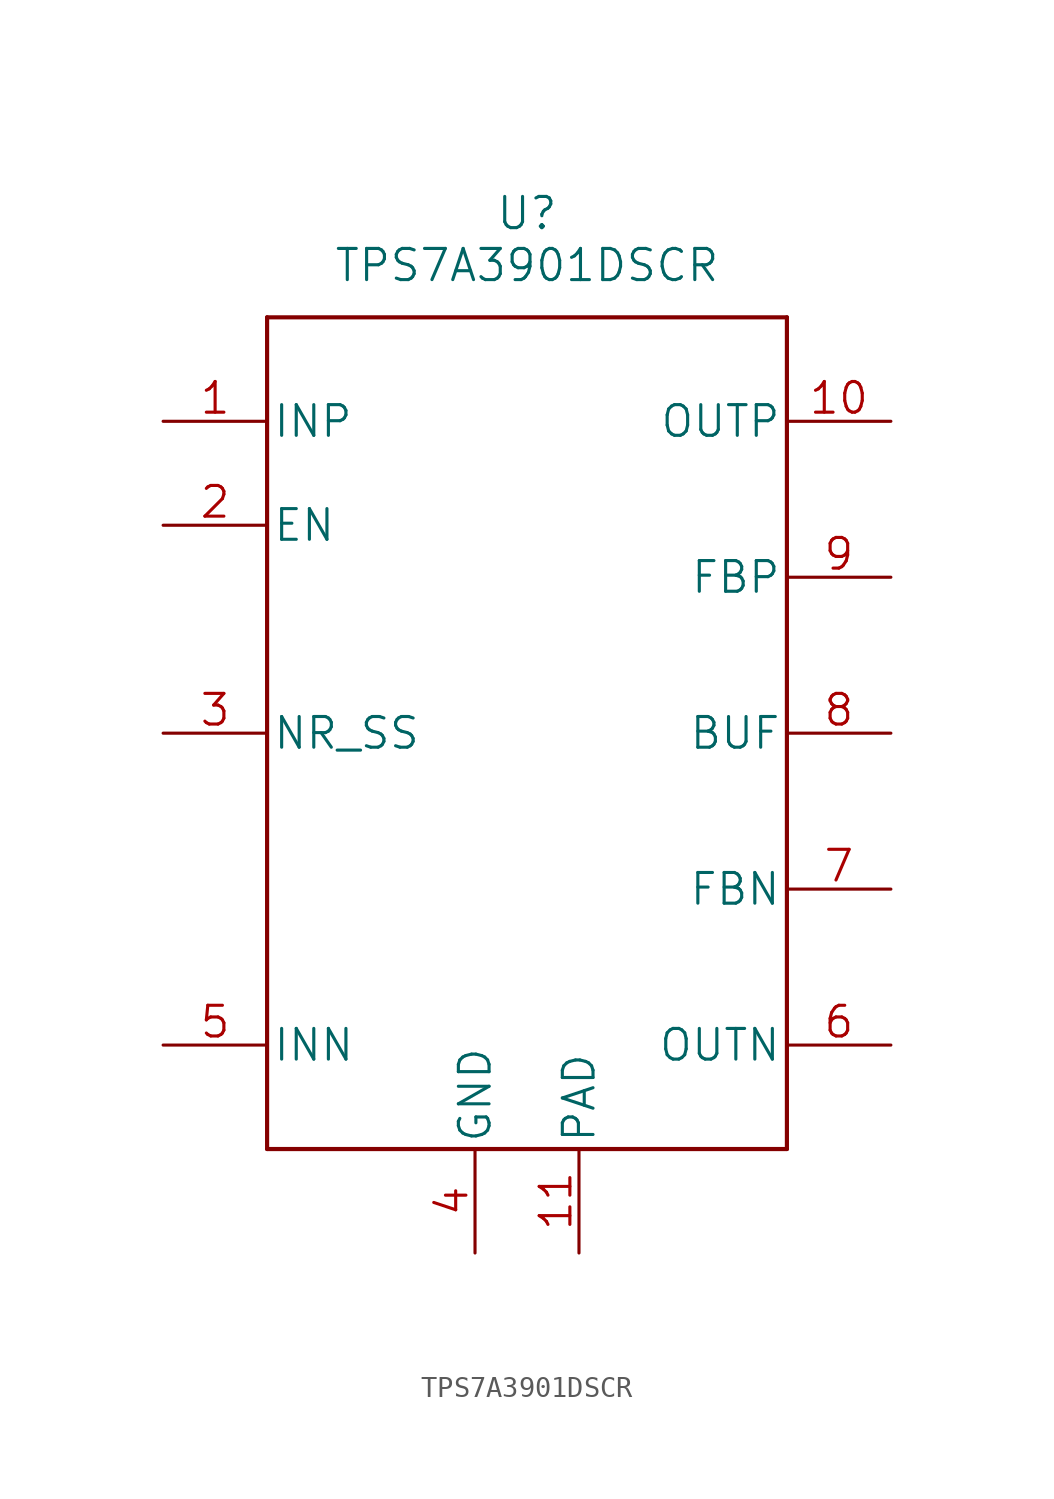
<source format=kicad_sym>
(kicad_symbol_lib
  (version 20211014)
  (generator kicad_symbol_editor)
  (symbol "TPS7A3901DSCR"
    (pin_names
      (offset 0.254))
    (property "Reference" "U"
      (at 0 25.4 0)
      (effects (font (size 1.524 1.524))))
    (property "Value" "TPS7A3901DSCR"
      (at 0 22.86 0)
      (effects (font (size 1.524 1.524))))
    (property "Datasheet" ""
      (at 0 -2.54 0)
      (effects (font (size 1.524 1.524))))
    (symbol "TPS7A3901DSCR_1_1"
      (polyline (pts (xy -12.7 -20.32) (xy 12.7 -20.32)) (stroke (width 0.203) (type default) (color 0 0 0 0)) (fill (type none)))
      (polyline (pts (xy -12.7 20.32) (xy -12.7 -20.32)) (stroke (width 0.203) (type default) (color 0 0 0 0)) (fill (type none)))
      (polyline (pts (xy 12.7 -20.32) (xy 12.7 20.32)) (stroke (width 0.203) (type default) (color 0 0 0 0)) (fill (type none)))
      (polyline (pts (xy 12.7 20.32) (xy -12.7 20.32)) (stroke (width 0.203) (type default) (color 0 0 0 0)) (fill (type none)))
      (pin power_in line (at -17.78 15.24 0) (length 5.08) (name "INP" (effects (font (size 1.499 1.499)))) (number "1" (effects (font (size 1.499 1.499)))))
      (pin power_out line (at 17.78 15.24 180) (length 5.08) (name "OUTP" (effects (font (size 1.499 1.499)))) (number "10" (effects (font (size 1.499 1.499)))))
      (pin power_in line (at 2.54 -25.4 90) (length 5.08) (name "PAD" (effects (font (size 1.499 1.499)))) (number "11" (effects (font (size 1.499 1.499)))))
      (pin input line (at -17.78 10.16 0) (length 5.08) (name "EN" (effects (font (size 1.499 1.499)))) (number "2" (effects (font (size 1.499 1.499)))))
      (pin input line (at -17.78 0 0) (length 5.08) (name "NR_SS" (effects (font (size 1.499 1.499)))) (number "3" (effects (font (size 1.499 1.499)))))
      (pin power_in line (at -2.54 -25.4 90) (length 5.08) (name "GND" (effects (font (size 1.499 1.499)))) (number "4" (effects (font (size 1.499 1.499)))))
      (pin power_in line (at -17.78 -15.24 0) (length 5.08) (name "INN" (effects (font (size 1.499 1.499)))) (number "5" (effects (font (size 1.499 1.499)))))
      (pin power_out line (at 17.78 -15.24 180) (length 5.08) (name "OUTN" (effects (font (size 1.499 1.499)))) (number "6" (effects (font (size 1.499 1.499)))))
      (pin input line (at 17.78 -7.62 180) (length 5.08) (name "FBN" (effects (font (size 1.499 1.499)))) (number "7" (effects (font (size 1.499 1.499)))))
      (pin output line (at 17.78 0 180) (length 5.08) (name "BUF" (effects (font (size 1.499 1.499)))) (number "8" (effects (font (size 1.499 1.499)))))
      (pin input line (at 17.78 7.62 180) (length 5.08) (name "FBP" (effects (font (size 1.499 1.499)))) (number "9" (effects (font (size 1.499 1.499))))))))
</source>
